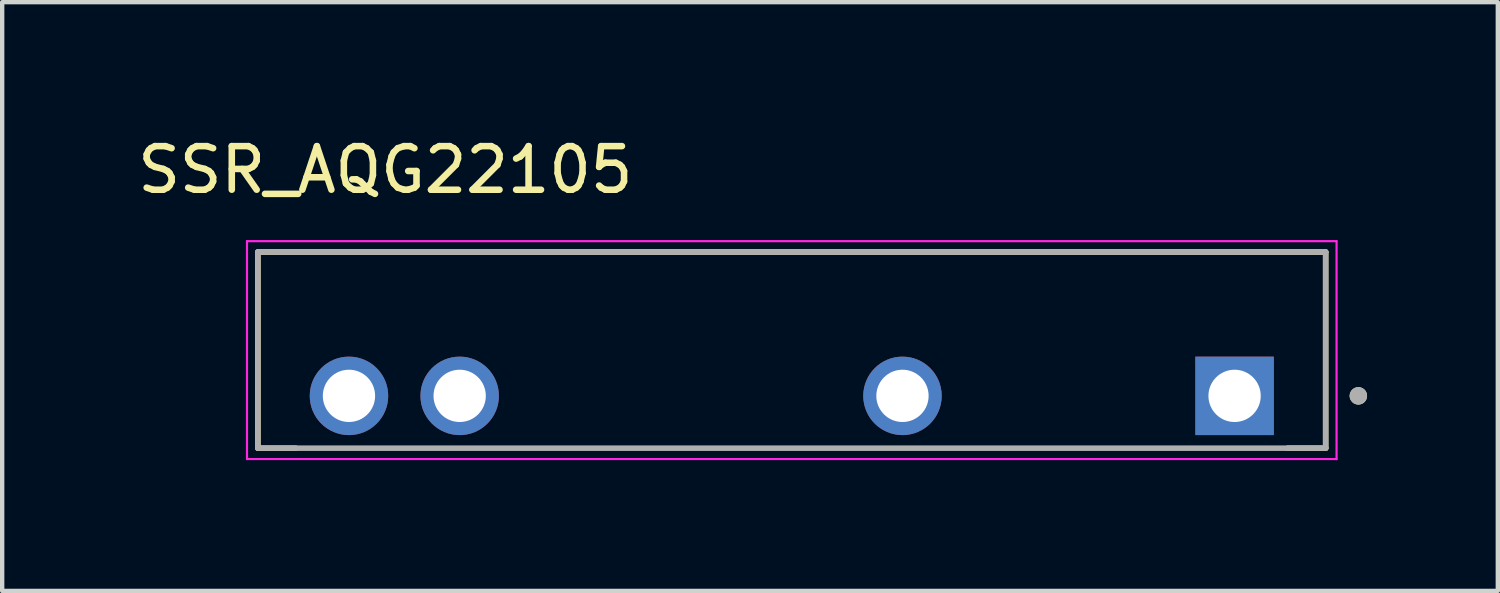
<source format=kicad_pcb>
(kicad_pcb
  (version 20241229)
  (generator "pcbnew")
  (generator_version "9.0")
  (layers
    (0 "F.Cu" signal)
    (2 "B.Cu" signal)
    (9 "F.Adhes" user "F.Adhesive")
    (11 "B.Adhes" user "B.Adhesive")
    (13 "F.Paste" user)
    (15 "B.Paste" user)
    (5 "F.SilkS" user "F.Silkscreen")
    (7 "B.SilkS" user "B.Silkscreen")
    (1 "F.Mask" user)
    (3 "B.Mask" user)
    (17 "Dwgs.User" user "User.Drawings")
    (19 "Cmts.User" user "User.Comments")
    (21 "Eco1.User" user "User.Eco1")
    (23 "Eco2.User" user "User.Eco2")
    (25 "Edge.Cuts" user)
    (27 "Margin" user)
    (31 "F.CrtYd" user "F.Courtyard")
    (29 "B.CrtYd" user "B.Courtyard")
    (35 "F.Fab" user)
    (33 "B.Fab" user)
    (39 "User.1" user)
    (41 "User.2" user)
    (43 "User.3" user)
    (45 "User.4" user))
  (footprint "SSR_AQG22105"
    (layer "F.Cu")
    (at 15.117 4.983)
    (property "Reference" "SSR_AQG22105" (at -9.325 -4.135 0) (layer "F.SilkS") (effects (font (size 1 1) (thickness 0.15))))
    (attr through_hole)
    (fp_line (start -12.25 -2.25) (end -12.25 2.25) (stroke (width 0.127) (type solid)) (layer "F.SilkS"))
    (fp_line (start -12.25 2.25) (end -11.38 2.25) (stroke (width 0.127) (type solid)) (layer "F.SilkS"))
    (fp_line (start 11.38 2.25) (end 12.25 2.25) (stroke (width 0.127) (type solid)) (layer "F.SilkS"))
    (fp_line (start 12.25 -2.25) (end -12.25 -2.25) (stroke (width 0.127) (type solid)) (layer "F.SilkS"))
    (fp_line (start 12.25 2.25) (end 12.25 -2.25) (stroke (width 0.127) (type solid)) (layer "F.SilkS"))
    (fp_circle (center 13 1.05) (end 13.1 1.05) (stroke (width 0.2) (type solid)) (fill no) (layer "F.SilkS"))
    (fp_line (start -12.5 -2.5) (end -12.5 2.5) (stroke (width 0.05) (type solid)) (layer "F.CrtYd"))
    (fp_line (start -12.5 2.5) (end 12.5 2.5) (stroke (width 0.05) (type solid)) (layer "F.CrtYd"))
    (fp_line (start 12.5 -2.5) (end -12.5 -2.5) (stroke (width 0.05) (type solid)) (layer "F.CrtYd"))
    (fp_line (start 12.5 2.5) (end 12.5 -2.5) (stroke (width 0.05) (type solid)) (layer "F.CrtYd"))
    (fp_line (start -12.25 -2.25) (end -12.25 2.25) (stroke (width 0.127) (type solid)) (layer "F.Fab"))
    (fp_line (start -12.25 2.25) (end 12.25 2.25) (stroke (width 0.127) (type solid)) (layer "F.Fab"))
    (fp_line (start 12.25 -2.25) (end -12.25 -2.25) (stroke (width 0.127) (type solid)) (layer "F.Fab"))
    (fp_line (start 12.25 2.25) (end 12.25 -2.25) (stroke (width 0.127) (type solid)) (layer "F.Fab"))
    (fp_circle (center 13 1.05) (end 13.1 1.05) (stroke (width 0.2) (type solid)) (fill no) (layer "F.Fab"))
    (pad "1" thru_hole rect (at 10.16 1.05) (size 1.8 1.8) (drill 1.2) (layers "*.Cu" "*.Mask"))
    (pad "2" thru_hole circle (at 2.54 1.05) (size 1.8 1.8) (drill 1.2) (layers "*.Cu" "*.Mask"))
    (pad "3" thru_hole circle (at -7.62 1.05) (size 1.8 1.8) (drill 1.2) (layers "*.Cu" "*.Mask"))
    (pad "4" thru_hole circle (at -10.16 1.05) (size 1.8 1.8) (drill 1.2) (layers "*.Cu" "*.Mask")))
  (gr_rect
    (start -3 -3)
    (end 31.317 10.508)
    (stroke (width 0.1) (type default))
    (fill no)
    (layer "Edge.Cuts")))
</source>
